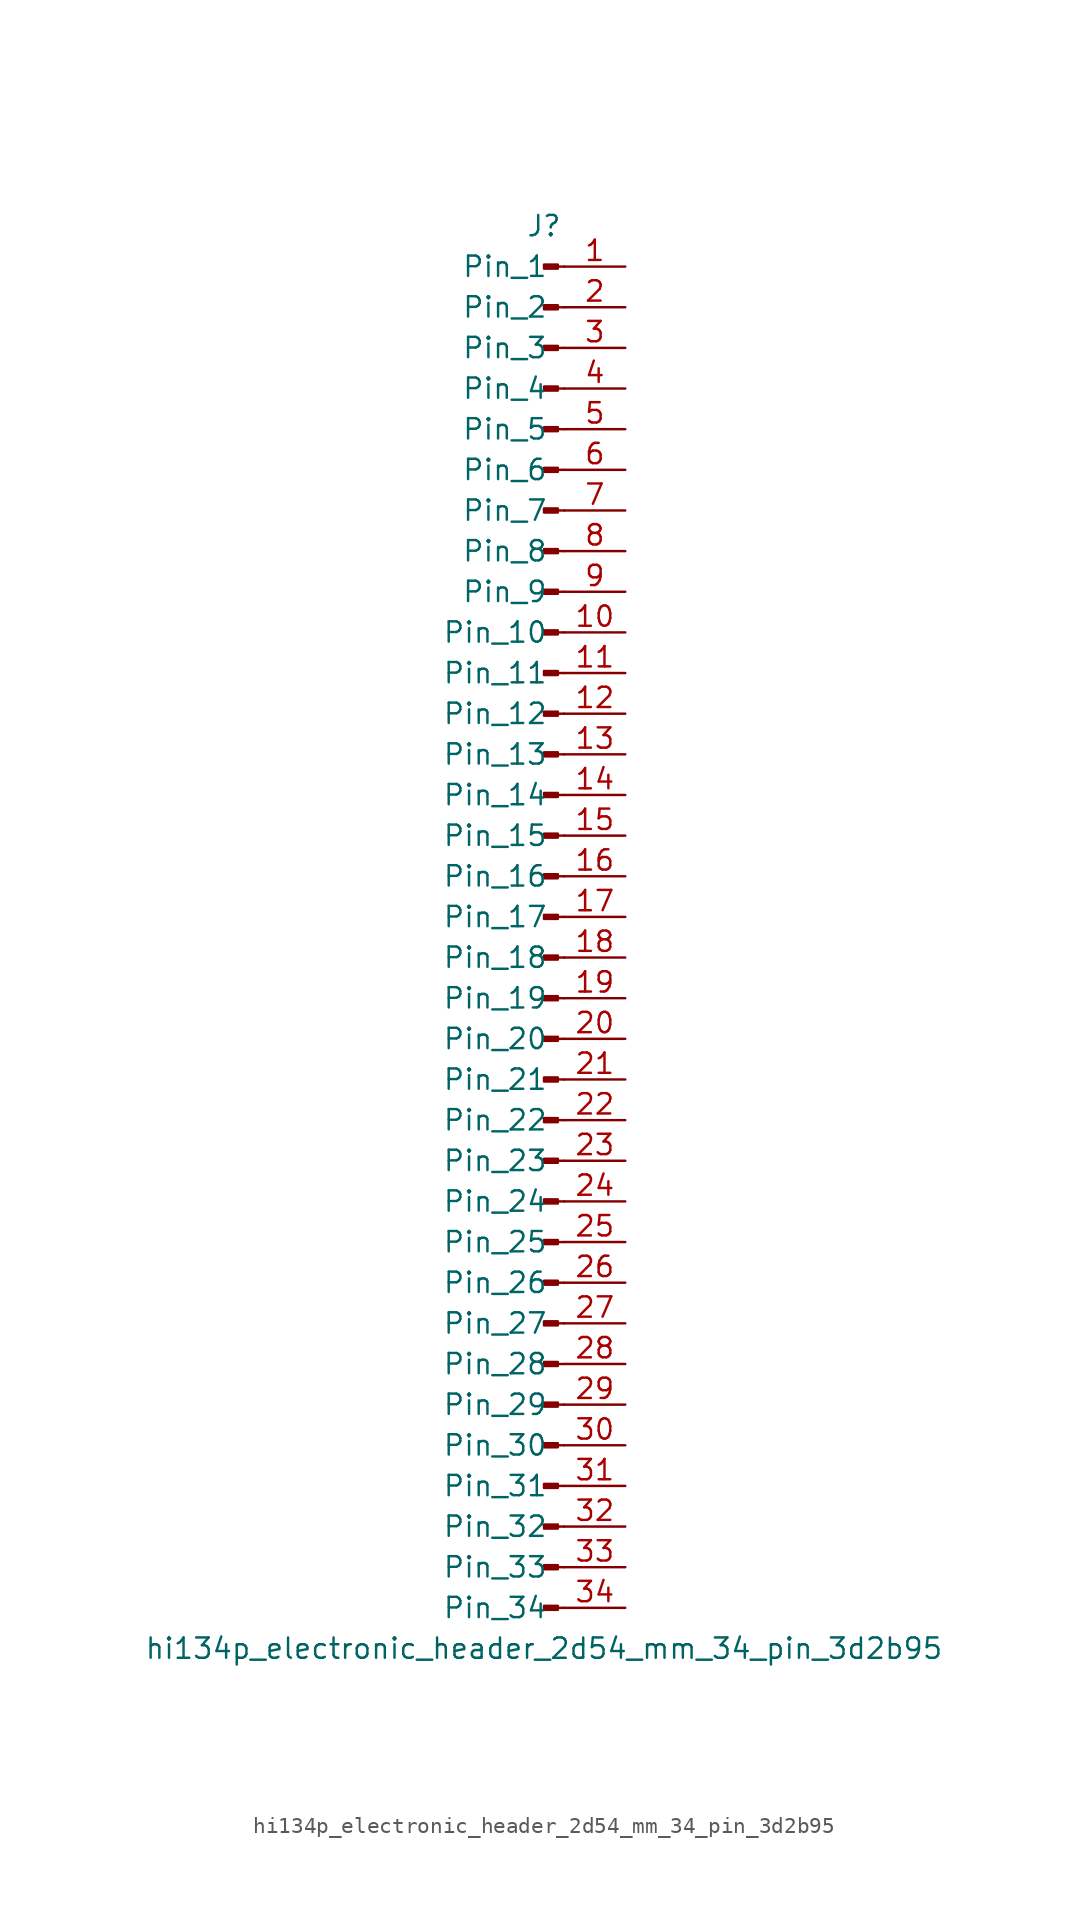
<source format=kicad_sym>
(kicad_symbol_lib
  (version 20220914)
  (generator kicad_symbol_editor)
  (symbol "hi134p_electronic_header_2d54_mm_34_pin_3d2b95"
    (pin_names
      (offset 1.016))
    (property "Reference" "J"
      (at 0 43.18 0)
      (effects (font (size 1.27 1.27))))
    (property "Value" "hi134p_electronic_header_2d54_mm_34_pin_3d2b95"
      (at 0 -45.72 0)
      (effects (font (size 1.27 1.27))))
    (property "ki_locked" ""
      (at 0 0 0)
      (effects (font (size 1.27 1.27))))
    (symbol "hi134p_electronic_header_2d54_mm_34_pin_3d2b95_1_1"
      (polyline (pts (xy 1.27 -43.18) (xy 0.864 -43.18)) (stroke (width 0.152) (type default)) (fill (type none)))
      (polyline (pts (xy 1.27 -40.64) (xy 0.864 -40.64)) (stroke (width 0.152) (type default)) (fill (type none)))
      (polyline (pts (xy 1.27 -38.1) (xy 0.864 -38.1)) (stroke (width 0.152) (type default)) (fill (type none)))
      (polyline (pts (xy 1.27 -35.56) (xy 0.864 -35.56)) (stroke (width 0.152) (type default)) (fill (type none)))
      (polyline (pts (xy 1.27 -33.02) (xy 0.864 -33.02)) (stroke (width 0.152) (type default)) (fill (type none)))
      (polyline (pts (xy 1.27 -30.48) (xy 0.864 -30.48)) (stroke (width 0.152) (type default)) (fill (type none)))
      (polyline (pts (xy 1.27 -27.94) (xy 0.864 -27.94)) (stroke (width 0.152) (type default)) (fill (type none)))
      (polyline (pts (xy 1.27 -25.4) (xy 0.864 -25.4)) (stroke (width 0.152) (type default)) (fill (type none)))
      (polyline (pts (xy 1.27 -22.86) (xy 0.864 -22.86)) (stroke (width 0.152) (type default)) (fill (type none)))
      (polyline (pts (xy 1.27 -20.32) (xy 0.864 -20.32)) (stroke (width 0.152) (type default)) (fill (type none)))
      (polyline (pts (xy 1.27 -17.78) (xy 0.864 -17.78)) (stroke (width 0.152) (type default)) (fill (type none)))
      (polyline (pts (xy 1.27 -15.24) (xy 0.864 -15.24)) (stroke (width 0.152) (type default)) (fill (type none)))
      (polyline (pts (xy 1.27 -12.7) (xy 0.864 -12.7)) (stroke (width 0.152) (type default)) (fill (type none)))
      (polyline (pts (xy 1.27 -10.16) (xy 0.864 -10.16)) (stroke (width 0.152) (type default)) (fill (type none)))
      (polyline (pts (xy 1.27 -7.62) (xy 0.864 -7.62)) (stroke (width 0.152) (type default)) (fill (type none)))
      (polyline (pts (xy 1.27 -5.08) (xy 0.864 -5.08)) (stroke (width 0.152) (type default)) (fill (type none)))
      (polyline (pts (xy 1.27 -2.54) (xy 0.864 -2.54)) (stroke (width 0.152) (type default)) (fill (type none)))
      (polyline (pts (xy 1.27 0) (xy 0.864 0)) (stroke (width 0.152) (type default)) (fill (type none)))
      (polyline (pts (xy 1.27 2.54) (xy 0.864 2.54)) (stroke (width 0.152) (type default)) (fill (type none)))
      (polyline (pts (xy 1.27 5.08) (xy 0.864 5.08)) (stroke (width 0.152) (type default)) (fill (type none)))
      (polyline (pts (xy 1.27 7.62) (xy 0.864 7.62)) (stroke (width 0.152) (type default)) (fill (type none)))
      (polyline (pts (xy 1.27 10.16) (xy 0.864 10.16)) (stroke (width 0.152) (type default)) (fill (type none)))
      (polyline (pts (xy 1.27 12.7) (xy 0.864 12.7)) (stroke (width 0.152) (type default)) (fill (type none)))
      (polyline (pts (xy 1.27 15.24) (xy 0.864 15.24)) (stroke (width 0.152) (type default)) (fill (type none)))
      (polyline (pts (xy 1.27 17.78) (xy 0.864 17.78)) (stroke (width 0.152) (type default)) (fill (type none)))
      (polyline (pts (xy 1.27 20.32) (xy 0.864 20.32)) (stroke (width 0.152) (type default)) (fill (type none)))
      (polyline (pts (xy 1.27 22.86) (xy 0.864 22.86)) (stroke (width 0.152) (type default)) (fill (type none)))
      (polyline (pts (xy 1.27 25.4) (xy 0.864 25.4)) (stroke (width 0.152) (type default)) (fill (type none)))
      (polyline (pts (xy 1.27 27.94) (xy 0.864 27.94)) (stroke (width 0.152) (type default)) (fill (type none)))
      (polyline (pts (xy 1.27 30.48) (xy 0.864 30.48)) (stroke (width 0.152) (type default)) (fill (type none)))
      (polyline (pts (xy 1.27 33.02) (xy 0.864 33.02)) (stroke (width 0.152) (type default)) (fill (type none)))
      (polyline (pts (xy 1.27 35.56) (xy 0.864 35.56)) (stroke (width 0.152) (type default)) (fill (type none)))
      (polyline (pts (xy 1.27 38.1) (xy 0.864 38.1)) (stroke (width 0.152) (type default)) (fill (type none)))
      (polyline (pts (xy 1.27 40.64) (xy 0.864 40.64)) (stroke (width 0.152) (type default)) (fill (type none)))
      (rectangle (start 0.864 -43.053) (end 0 -43.307) (stroke (width 0.152) (type default)) (fill (type outline)))
      (rectangle (start 0.864 -40.513) (end 0 -40.767) (stroke (width 0.152) (type default)) (fill (type outline)))
      (rectangle (start 0.864 -37.973) (end 0 -38.227) (stroke (width 0.152) (type default)) (fill (type outline)))
      (rectangle (start 0.864 -35.433) (end 0 -35.687) (stroke (width 0.152) (type default)) (fill (type outline)))
      (rectangle (start 0.864 -32.893) (end 0 -33.147) (stroke (width 0.152) (type default)) (fill (type outline)))
      (rectangle (start 0.864 -30.353) (end 0 -30.607) (stroke (width 0.152) (type default)) (fill (type outline)))
      (rectangle (start 0.864 -27.813) (end 0 -28.067) (stroke (width 0.152) (type default)) (fill (type outline)))
      (rectangle (start 0.864 -25.273) (end 0 -25.527) (stroke (width 0.152) (type default)) (fill (type outline)))
      (rectangle (start 0.864 -22.733) (end 0 -22.987) (stroke (width 0.152) (type default)) (fill (type outline)))
      (rectangle (start 0.864 -20.193) (end 0 -20.447) (stroke (width 0.152) (type default)) (fill (type outline)))
      (rectangle (start 0.864 -17.653) (end 0 -17.907) (stroke (width 0.152) (type default)) (fill (type outline)))
      (rectangle (start 0.864 -15.113) (end 0 -15.367) (stroke (width 0.152) (type default)) (fill (type outline)))
      (rectangle (start 0.864 -12.573) (end 0 -12.827) (stroke (width 0.152) (type default)) (fill (type outline)))
      (rectangle (start 0.864 -10.033) (end 0 -10.287) (stroke (width 0.152) (type default)) (fill (type outline)))
      (rectangle (start 0.864 -7.493) (end 0 -7.747) (stroke (width 0.152) (type default)) (fill (type outline)))
      (rectangle (start 0.864 -4.953) (end 0 -5.207) (stroke (width 0.152) (type default)) (fill (type outline)))
      (rectangle (start 0.864 -2.413) (end 0 -2.667) (stroke (width 0.152) (type default)) (fill (type outline)))
      (rectangle (start 0.864 0.127) (end 0 -0.127) (stroke (width 0.152) (type default)) (fill (type outline)))
      (rectangle (start 0.864 2.667) (end 0 2.413) (stroke (width 0.152) (type default)) (fill (type outline)))
      (rectangle (start 0.864 5.207) (end 0 4.953) (stroke (width 0.152) (type default)) (fill (type outline)))
      (rectangle (start 0.864 7.747) (end 0 7.493) (stroke (width 0.152) (type default)) (fill (type outline)))
      (rectangle (start 0.864 10.287) (end 0 10.033) (stroke (width 0.152) (type default)) (fill (type outline)))
      (rectangle (start 0.864 12.827) (end 0 12.573) (stroke (width 0.152) (type default)) (fill (type outline)))
      (rectangle (start 0.864 15.367) (end 0 15.113) (stroke (width 0.152) (type default)) (fill (type outline)))
      (rectangle (start 0.864 17.907) (end 0 17.653) (stroke (width 0.152) (type default)) (fill (type outline)))
      (rectangle (start 0.864 20.447) (end 0 20.193) (stroke (width 0.152) (type default)) (fill (type outline)))
      (rectangle (start 0.864 22.987) (end 0 22.733) (stroke (width 0.152) (type default)) (fill (type outline)))
      (rectangle (start 0.864 25.527) (end 0 25.273) (stroke (width 0.152) (type default)) (fill (type outline)))
      (rectangle (start 0.864 28.067) (end 0 27.813) (stroke (width 0.152) (type default)) (fill (type outline)))
      (rectangle (start 0.864 30.607) (end 0 30.353) (stroke (width 0.152) (type default)) (fill (type outline)))
      (rectangle (start 0.864 33.147) (end 0 32.893) (stroke (width 0.152) (type default)) (fill (type outline)))
      (rectangle (start 0.864 35.687) (end 0 35.433) (stroke (width 0.152) (type default)) (fill (type outline)))
      (rectangle (start 0.864 38.227) (end 0 37.973) (stroke (width 0.152) (type default)) (fill (type outline)))
      (rectangle (start 0.864 40.767) (end 0 40.513) (stroke (width 0.152) (type default)) (fill (type outline)))
      (pin passive line (at 5.08 40.64 180) (length 3.81) (name "Pin_1" (effects (font (size 1.27 1.27)))) (number "1" (effects (font (size 1.27 1.27)))))
      (pin passive line (at 5.08 17.78 180) (length 3.81) (name "Pin_10" (effects (font (size 1.27 1.27)))) (number "10" (effects (font (size 1.27 1.27)))))
      (pin passive line (at 5.08 15.24 180) (length 3.81) (name "Pin_11" (effects (font (size 1.27 1.27)))) (number "11" (effects (font (size 1.27 1.27)))))
      (pin passive line (at 5.08 12.7 180) (length 3.81) (name "Pin_12" (effects (font (size 1.27 1.27)))) (number "12" (effects (font (size 1.27 1.27)))))
      (pin passive line (at 5.08 10.16 180) (length 3.81) (name "Pin_13" (effects (font (size 1.27 1.27)))) (number "13" (effects (font (size 1.27 1.27)))))
      (pin passive line (at 5.08 7.62 180) (length 3.81) (name "Pin_14" (effects (font (size 1.27 1.27)))) (number "14" (effects (font (size 1.27 1.27)))))
      (pin passive line (at 5.08 5.08 180) (length 3.81) (name "Pin_15" (effects (font (size 1.27 1.27)))) (number "15" (effects (font (size 1.27 1.27)))))
      (pin passive line (at 5.08 2.54 180) (length 3.81) (name "Pin_16" (effects (font (size 1.27 1.27)))) (number "16" (effects (font (size 1.27 1.27)))))
      (pin passive line (at 5.08 0 180) (length 3.81) (name "Pin_17" (effects (font (size 1.27 1.27)))) (number "17" (effects (font (size 1.27 1.27)))))
      (pin passive line (at 5.08 -2.54 180) (length 3.81) (name "Pin_18" (effects (font (size 1.27 1.27)))) (number "18" (effects (font (size 1.27 1.27)))))
      (pin passive line (at 5.08 -5.08 180) (length 3.81) (name "Pin_19" (effects (font (size 1.27 1.27)))) (number "19" (effects (font (size 1.27 1.27)))))
      (pin passive line (at 5.08 38.1 180) (length 3.81) (name "Pin_2" (effects (font (size 1.27 1.27)))) (number "2" (effects (font (size 1.27 1.27)))))
      (pin passive line (at 5.08 -7.62 180) (length 3.81) (name "Pin_20" (effects (font (size 1.27 1.27)))) (number "20" (effects (font (size 1.27 1.27)))))
      (pin passive line (at 5.08 -10.16 180) (length 3.81) (name "Pin_21" (effects (font (size 1.27 1.27)))) (number "21" (effects (font (size 1.27 1.27)))))
      (pin passive line (at 5.08 -12.7 180) (length 3.81) (name "Pin_22" (effects (font (size 1.27 1.27)))) (number "22" (effects (font (size 1.27 1.27)))))
      (pin passive line (at 5.08 -15.24 180) (length 3.81) (name "Pin_23" (effects (font (size 1.27 1.27)))) (number "23" (effects (font (size 1.27 1.27)))))
      (pin passive line (at 5.08 -17.78 180) (length 3.81) (name "Pin_24" (effects (font (size 1.27 1.27)))) (number "24" (effects (font (size 1.27 1.27)))))
      (pin passive line (at 5.08 -20.32 180) (length 3.81) (name "Pin_25" (effects (font (size 1.27 1.27)))) (number "25" (effects (font (size 1.27 1.27)))))
      (pin passive line (at 5.08 -22.86 180) (length 3.81) (name "Pin_26" (effects (font (size 1.27 1.27)))) (number "26" (effects (font (size 1.27 1.27)))))
      (pin passive line (at 5.08 -25.4 180) (length 3.81) (name "Pin_27" (effects (font (size 1.27 1.27)))) (number "27" (effects (font (size 1.27 1.27)))))
      (pin passive line (at 5.08 -27.94 180) (length 3.81) (name "Pin_28" (effects (font (size 1.27 1.27)))) (number "28" (effects (font (size 1.27 1.27)))))
      (pin passive line (at 5.08 -30.48 180) (length 3.81) (name "Pin_29" (effects (font (size 1.27 1.27)))) (number "29" (effects (font (size 1.27 1.27)))))
      (pin passive line (at 5.08 35.56 180) (length 3.81) (name "Pin_3" (effects (font (size 1.27 1.27)))) (number "3" (effects (font (size 1.27 1.27)))))
      (pin passive line (at 5.08 -33.02 180) (length 3.81) (name "Pin_30" (effects (font (size 1.27 1.27)))) (number "30" (effects (font (size 1.27 1.27)))))
      (pin passive line (at 5.08 -35.56 180) (length 3.81) (name "Pin_31" (effects (font (size 1.27 1.27)))) (number "31" (effects (font (size 1.27 1.27)))))
      (pin passive line (at 5.08 -38.1 180) (length 3.81) (name "Pin_32" (effects (font (size 1.27 1.27)))) (number "32" (effects (font (size 1.27 1.27)))))
      (pin passive line (at 5.08 -40.64 180) (length 3.81) (name "Pin_33" (effects (font (size 1.27 1.27)))) (number "33" (effects (font (size 1.27 1.27)))))
      (pin passive line (at 5.08 -43.18 180) (length 3.81) (name "Pin_34" (effects (font (size 1.27 1.27)))) (number "34" (effects (font (size 1.27 1.27)))))
      (pin passive line (at 5.08 33.02 180) (length 3.81) (name "Pin_4" (effects (font (size 1.27 1.27)))) (number "4" (effects (font (size 1.27 1.27)))))
      (pin passive line (at 5.08 30.48 180) (length 3.81) (name "Pin_5" (effects (font (size 1.27 1.27)))) (number "5" (effects (font (size 1.27 1.27)))))
      (pin passive line (at 5.08 27.94 180) (length 3.81) (name "Pin_6" (effects (font (size 1.27 1.27)))) (number "6" (effects (font (size 1.27 1.27)))))
      (pin passive line (at 5.08 25.4 180) (length 3.81) (name "Pin_7" (effects (font (size 1.27 1.27)))) (number "7" (effects (font (size 1.27 1.27)))))
      (pin passive line (at 5.08 22.86 180) (length 3.81) (name "Pin_8" (effects (font (size 1.27 1.27)))) (number "8" (effects (font (size 1.27 1.27)))))
      (pin passive line (at 5.08 20.32 180) (length 3.81) (name "Pin_9" (effects (font (size 1.27 1.27)))) (number "9" (effects (font (size 1.27 1.27))))))))
</source>
